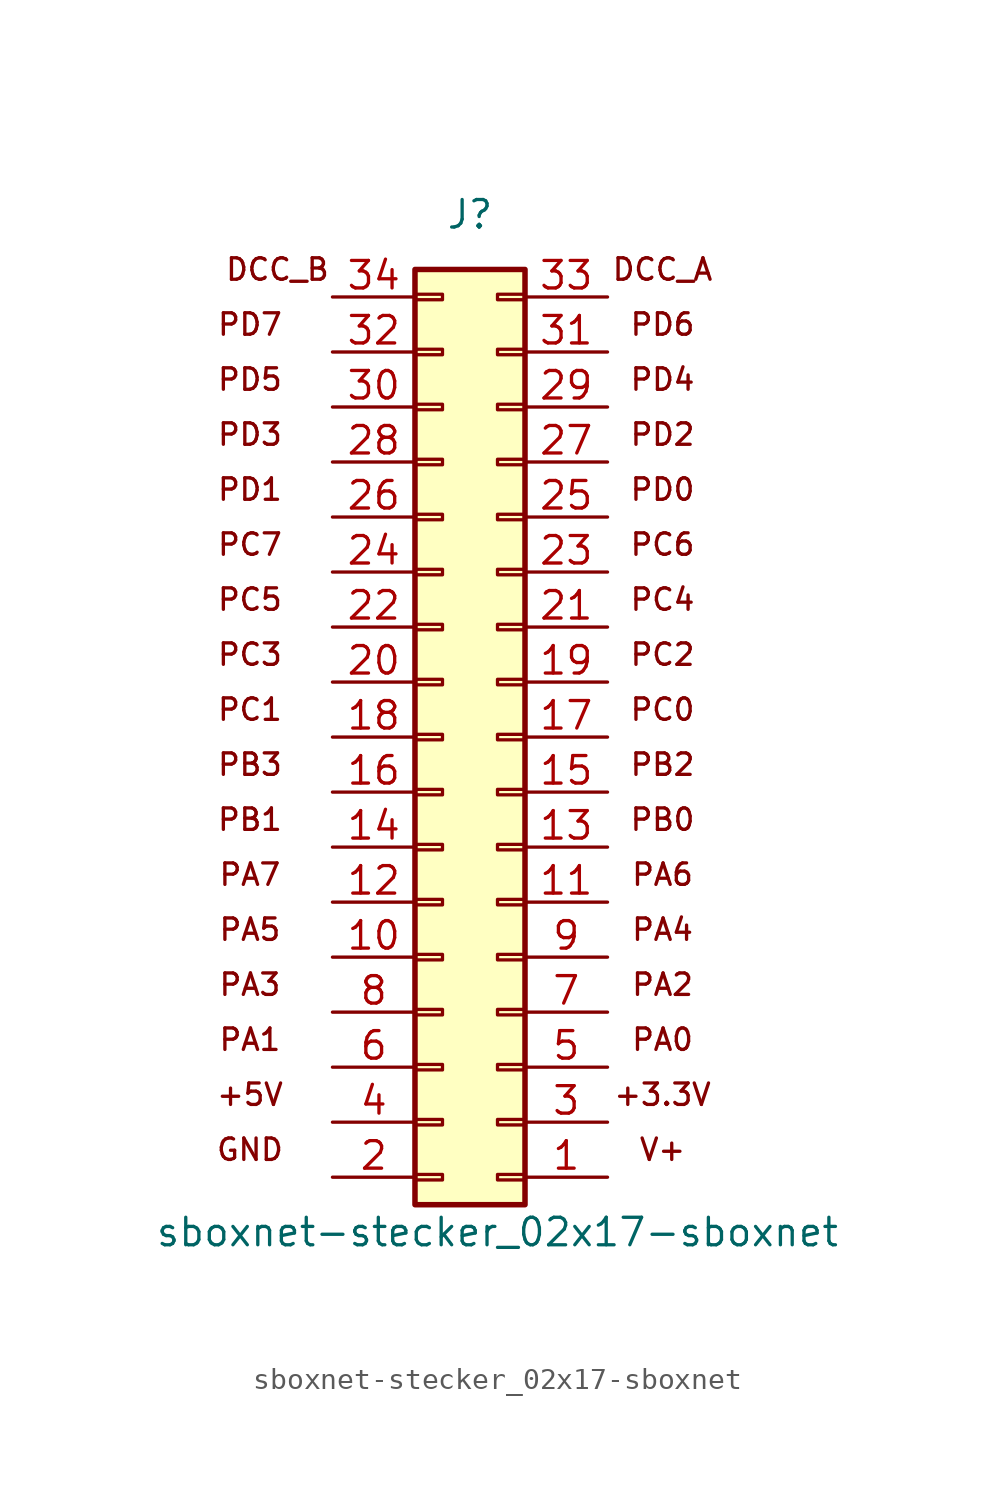
<source format=kicad_sym>
(kicad_symbol_lib
  (version 20211014)
  (generator kicad_symbol_editor)
  (symbol "sboxnet-stecker_02x17-sboxnet"
    (pin_names
      (offset 1.016) hide)
    (property "Reference" "J"
      (at 0 24.13 0)
      (effects (font (size 1.27 1.27))))
    (property "Value" "sboxnet-stecker_02x17-sboxnet"
      (at 1.27 -22.86 0)
      (effects (font (size 1.27 1.27))))
    (symbol "sboxnet-stecker_02x17-sboxnet_0_0"
      (text "+3.3V" (at 8.89 -16.51 0) (effects (font (size 0.991 0.991))))
      (text "+5V" (at -10.16 -16.51 0) (effects (font (size 0.991 0.991))))
      (text "DCC_A" (at 8.89 21.59 0) (effects (font (size 0.991 0.991))))
      (text "DCC_B" (at -8.89 21.59 0) (effects (font (size 0.991 0.991))))
      (text "GND" (at -10.16 -19.05 0) (effects (font (size 0.991 0.991))))
      (text "PA0" (at 8.89 -13.97 0) (effects (font (size 0.991 0.991))))
      (text "PA1" (at -10.16 -13.97 0) (effects (font (size 0.991 0.991))))
      (text "PA2" (at 8.89 -11.43 0) (effects (font (size 0.991 0.991))))
      (text "PA3" (at -10.16 -11.43 0) (effects (font (size 0.991 0.991))))
      (text "PA4" (at 8.89 -8.89 0) (effects (font (size 0.991 0.991))))
      (text "PA5" (at -10.16 -8.89 0) (effects (font (size 0.991 0.991))))
      (text "PA6" (at 8.89 -6.35 0) (effects (font (size 0.991 0.991))))
      (text "PA7" (at -10.16 -6.35 0) (effects (font (size 0.991 0.991))))
      (text "PB0" (at 8.89 -3.81 0) (effects (font (size 0.991 0.991))))
      (text "PB1" (at -10.16 -3.81 0) (effects (font (size 0.991 0.991))))
      (text "PB2" (at 8.89 -1.27 0) (effects (font (size 0.991 0.991))))
      (text "PB3" (at -10.16 -1.27 0) (effects (font (size 0.991 0.991))))
      (text "PC0" (at 8.89 1.27 0) (effects (font (size 0.991 0.991))))
      (text "PC1" (at -10.16 1.27 0) (effects (font (size 0.991 0.991))))
      (text "PC2" (at 8.89 3.81 0) (effects (font (size 0.991 0.991))))
      (text "PC3" (at -10.16 3.81 0) (effects (font (size 0.991 0.991))))
      (text "PC4" (at 8.89 6.35 0) (effects (font (size 0.991 0.991))))
      (text "PC5" (at -10.16 6.35 0) (effects (font (size 0.991 0.991))))
      (text "PC6" (at 8.89 8.89 0) (effects (font (size 0.991 0.991))))
      (text "PC7" (at -10.16 8.89 0) (effects (font (size 0.991 0.991))))
      (text "PD0" (at 8.89 11.43 0) (effects (font (size 0.991 0.991))))
      (text "PD1" (at -10.16 11.43 0) (effects (font (size 0.991 0.991))))
      (text "PD2" (at 8.89 13.97 0) (effects (font (size 0.991 0.991))))
      (text "PD3" (at -10.16 13.97 0) (effects (font (size 0.991 0.991))))
      (text "PD4" (at 8.89 16.51 0) (effects (font (size 0.991 0.991))))
      (text "PD5" (at -10.16 16.51 0) (effects (font (size 0.991 0.991))))
      (text "PD6" (at 8.89 19.05 0) (effects (font (size 0.991 0.991))))
      (text "PD7" (at -10.16 19.05 0) (effects (font (size 0.991 0.991))))
      (text "V+" (at 8.89 -19.05 0) (effects (font (size 0.991 0.991)))))
    (symbol "sboxnet-stecker_02x17-sboxnet_1_1"
      (rectangle (start -2.54 -21.59) (end 2.54 21.59) (stroke (width 0.254) (type default) (color 0 0 0 0)) (fill (type background)))
      (rectangle (start -2.54 -20.447) (end -1.27 -20.193) (stroke (width 0.152) (type default) (color 0 0 0 0)) (fill (type none)))
      (rectangle (start -2.54 -17.907) (end -1.27 -17.653) (stroke (width 0.152) (type default) (color 0 0 0 0)) (fill (type none)))
      (rectangle (start -2.54 -15.367) (end -1.27 -15.113) (stroke (width 0.152) (type default) (color 0 0 0 0)) (fill (type none)))
      (rectangle (start -2.54 -12.827) (end -1.27 -12.573) (stroke (width 0.152) (type default) (color 0 0 0 0)) (fill (type none)))
      (rectangle (start -2.54 -10.287) (end -1.27 -10.033) (stroke (width 0.152) (type default) (color 0 0 0 0)) (fill (type none)))
      (rectangle (start -2.54 -7.747) (end -1.27 -7.493) (stroke (width 0.152) (type default) (color 0 0 0 0)) (fill (type none)))
      (rectangle (start -2.54 -5.207) (end -1.27 -4.953) (stroke (width 0.152) (type default) (color 0 0 0 0)) (fill (type none)))
      (rectangle (start -2.54 -2.667) (end -1.27 -2.413) (stroke (width 0.152) (type default) (color 0 0 0 0)) (fill (type none)))
      (rectangle (start -2.54 -0.127) (end -1.27 0.127) (stroke (width 0.152) (type default) (color 0 0 0 0)) (fill (type none)))
      (rectangle (start -2.54 2.413) (end -1.27 2.667) (stroke (width 0.152) (type default) (color 0 0 0 0)) (fill (type none)))
      (rectangle (start -2.54 4.953) (end -1.27 5.207) (stroke (width 0.152) (type default) (color 0 0 0 0)) (fill (type none)))
      (rectangle (start -2.54 7.493) (end -1.27 7.747) (stroke (width 0.152) (type default) (color 0 0 0 0)) (fill (type none)))
      (rectangle (start -2.54 10.033) (end -1.27 10.287) (stroke (width 0.152) (type default) (color 0 0 0 0)) (fill (type none)))
      (rectangle (start -2.54 12.573) (end -1.27 12.827) (stroke (width 0.152) (type default) (color 0 0 0 0)) (fill (type none)))
      (rectangle (start -2.54 15.113) (end -1.27 15.367) (stroke (width 0.152) (type default) (color 0 0 0 0)) (fill (type none)))
      (rectangle (start -2.54 17.653) (end -1.27 17.907) (stroke (width 0.152) (type default) (color 0 0 0 0)) (fill (type none)))
      (rectangle (start -2.54 20.193) (end -1.27 20.447) (stroke (width 0.152) (type default) (color 0 0 0 0)) (fill (type none)))
      (rectangle (start 2.54 -20.447) (end 1.27 -20.193) (stroke (width 0.152) (type default) (color 0 0 0 0)) (fill (type none)))
      (rectangle (start 2.54 -17.907) (end 1.27 -17.653) (stroke (width 0.152) (type default) (color 0 0 0 0)) (fill (type none)))
      (rectangle (start 2.54 -15.367) (end 1.27 -15.113) (stroke (width 0.152) (type default) (color 0 0 0 0)) (fill (type none)))
      (rectangle (start 2.54 -12.827) (end 1.27 -12.573) (stroke (width 0.152) (type default) (color 0 0 0 0)) (fill (type none)))
      (rectangle (start 2.54 -10.287) (end 1.27 -10.033) (stroke (width 0.152) (type default) (color 0 0 0 0)) (fill (type none)))
      (rectangle (start 2.54 -7.747) (end 1.27 -7.493) (stroke (width 0.152) (type default) (color 0 0 0 0)) (fill (type none)))
      (rectangle (start 2.54 -5.207) (end 1.27 -4.953) (stroke (width 0.152) (type default) (color 0 0 0 0)) (fill (type none)))
      (rectangle (start 2.54 -2.667) (end 1.27 -2.413) (stroke (width 0.152) (type default) (color 0 0 0 0)) (fill (type none)))
      (rectangle (start 2.54 -0.127) (end 1.27 0.127) (stroke (width 0.152) (type default) (color 0 0 0 0)) (fill (type none)))
      (rectangle (start 2.54 2.413) (end 1.27 2.667) (stroke (width 0.152) (type default) (color 0 0 0 0)) (fill (type none)))
      (rectangle (start 2.54 4.953) (end 1.27 5.207) (stroke (width 0.152) (type default) (color 0 0 0 0)) (fill (type none)))
      (rectangle (start 2.54 7.493) (end 1.27 7.747) (stroke (width 0.152) (type default) (color 0 0 0 0)) (fill (type none)))
      (rectangle (start 2.54 10.033) (end 1.27 10.287) (stroke (width 0.152) (type default) (color 0 0 0 0)) (fill (type none)))
      (rectangle (start 2.54 12.573) (end 1.27 12.827) (stroke (width 0.152) (type default) (color 0 0 0 0)) (fill (type none)))
      (rectangle (start 2.54 15.113) (end 1.27 15.367) (stroke (width 0.152) (type default) (color 0 0 0 0)) (fill (type none)))
      (rectangle (start 2.54 17.653) (end 1.27 17.907) (stroke (width 0.152) (type default) (color 0 0 0 0)) (fill (type none)))
      (rectangle (start 2.54 20.193) (end 1.27 20.447) (stroke (width 0.152) (type default) (color 0 0 0 0)) (fill (type none)))
      (pin output line (at 6.35 -20.32 180) (length 3.81) (name "Pin_1" (effects (font (size 1.27 1.27)))) (number "1" (effects (font (size 1.27 1.27)))))
      (pin output line (at -6.35 -10.16 0) (length 3.81) (name "Pin_10" (effects (font (size 1.27 1.27)))) (number "10" (effects (font (size 1.27 1.27)))))
      (pin output line (at 6.35 -7.62 180) (length 3.81) (name "Pin_11" (effects (font (size 1.27 1.27)))) (number "11" (effects (font (size 1.27 1.27)))))
      (pin output line (at -6.35 -7.62 0) (length 3.81) (name "Pin_12" (effects (font (size 1.27 1.27)))) (number "12" (effects (font (size 1.27 1.27)))))
      (pin output line (at 6.35 -5.08 180) (length 3.81) (name "Pin_13" (effects (font (size 1.27 1.27)))) (number "13" (effects (font (size 1.27 1.27)))))
      (pin output line (at -6.35 -5.08 0) (length 3.81) (name "Pin_14" (effects (font (size 1.27 1.27)))) (number "14" (effects (font (size 1.27 1.27)))))
      (pin output line (at 6.35 -2.54 180) (length 3.81) (name "Pin_15" (effects (font (size 1.27 1.27)))) (number "15" (effects (font (size 1.27 1.27)))))
      (pin output line (at -6.35 -2.54 0) (length 3.81) (name "Pin_16" (effects (font (size 1.27 1.27)))) (number "16" (effects (font (size 1.27 1.27)))))
      (pin output line (at 6.35 0 180) (length 3.81) (name "Pin_17" (effects (font (size 1.27 1.27)))) (number "17" (effects (font (size 1.27 1.27)))))
      (pin output line (at -6.35 0 0) (length 3.81) (name "Pin_18" (effects (font (size 1.27 1.27)))) (number "18" (effects (font (size 1.27 1.27)))))
      (pin output line (at 6.35 2.54 180) (length 3.81) (name "Pin_19" (effects (font (size 1.27 1.27)))) (number "19" (effects (font (size 1.27 1.27)))))
      (pin output line (at -6.35 -20.32 0) (length 3.81) (name "Pin_2" (effects (font (size 1.27 1.27)))) (number "2" (effects (font (size 1.27 1.27)))))
      (pin output line (at -6.35 2.54 0) (length 3.81) (name "Pin_20" (effects (font (size 1.27 1.27)))) (number "20" (effects (font (size 1.27 1.27)))))
      (pin output line (at 6.35 5.08 180) (length 3.81) (name "Pin_21" (effects (font (size 1.27 1.27)))) (number "21" (effects (font (size 1.27 1.27)))))
      (pin output line (at -6.35 5.08 0) (length 3.81) (name "Pin_22" (effects (font (size 1.27 1.27)))) (number "22" (effects (font (size 1.27 1.27)))))
      (pin output line (at 6.35 7.62 180) (length 3.81) (name "Pin_23" (effects (font (size 1.27 1.27)))) (number "23" (effects (font (size 1.27 1.27)))))
      (pin output line (at -6.35 7.62 0) (length 3.81) (name "Pin_24" (effects (font (size 1.27 1.27)))) (number "24" (effects (font (size 1.27 1.27)))))
      (pin output line (at 6.35 10.16 180) (length 3.81) (name "Pin_25" (effects (font (size 1.27 1.27)))) (number "25" (effects (font (size 1.27 1.27)))))
      (pin output line (at -6.35 10.16 0) (length 3.81) (name "Pin_26" (effects (font (size 1.27 1.27)))) (number "26" (effects (font (size 1.27 1.27)))))
      (pin output line (at 6.35 12.7 180) (length 3.81) (name "Pin_27" (effects (font (size 1.27 1.27)))) (number "27" (effects (font (size 1.27 1.27)))))
      (pin output line (at -6.35 12.7 0) (length 3.81) (name "Pin_28" (effects (font (size 1.27 1.27)))) (number "28" (effects (font (size 1.27 1.27)))))
      (pin output line (at 6.35 15.24 180) (length 3.81) (name "Pin_29" (effects (font (size 1.27 1.27)))) (number "29" (effects (font (size 1.27 1.27)))))
      (pin output line (at 6.35 -17.78 180) (length 3.81) (name "Pin_3" (effects (font (size 1.27 1.27)))) (number "3" (effects (font (size 1.27 1.27)))))
      (pin output line (at -6.35 15.24 0) (length 3.81) (name "Pin_30" (effects (font (size 1.27 1.27)))) (number "30" (effects (font (size 1.27 1.27)))))
      (pin output line (at 6.35 17.78 180) (length 3.81) (name "Pin_31" (effects (font (size 1.27 1.27)))) (number "31" (effects (font (size 1.27 1.27)))))
      (pin output line (at -6.35 17.78 0) (length 3.81) (name "PD7" (effects (font (size 1.27 1.27)))) (number "32" (effects (font (size 1.27 1.27)))))
      (pin output line (at 6.35 20.32 180) (length 3.81) (name "Pin_33" (effects (font (size 1.27 1.27)))) (number "33" (effects (font (size 1.27 1.27)))))
      (pin output line (at -6.35 20.32 0) (length 3.81) (name "Pin_34" (effects (font (size 1.27 1.27)))) (number "34" (effects (font (size 1.27 1.27)))))
      (pin output line (at -6.35 -17.78 0) (length 3.81) (name "Pin_4" (effects (font (size 1.27 1.27)))) (number "4" (effects (font (size 1.27 1.27)))))
      (pin output line (at 6.35 -15.24 180) (length 3.81) (name "Pin_5" (effects (font (size 1.27 1.27)))) (number "5" (effects (font (size 1.27 1.27)))))
      (pin output line (at -6.35 -15.24 0) (length 3.81) (name "Pin_6" (effects (font (size 1.27 1.27)))) (number "6" (effects (font (size 1.27 1.27)))))
      (pin output line (at 6.35 -12.7 180) (length 3.81) (name "Pin_7" (effects (font (size 1.27 1.27)))) (number "7" (effects (font (size 1.27 1.27)))))
      (pin output line (at -6.35 -12.7 0) (length 3.81) (name "Pin_8" (effects (font (size 1.27 1.27)))) (number "8" (effects (font (size 1.27 1.27)))))
      (pin output line (at 6.35 -10.16 180) (length 3.81) (name "Pin_9" (effects (font (size 1.27 1.27)))) (number "9" (effects (font (size 1.27 1.27))))))))
</source>
